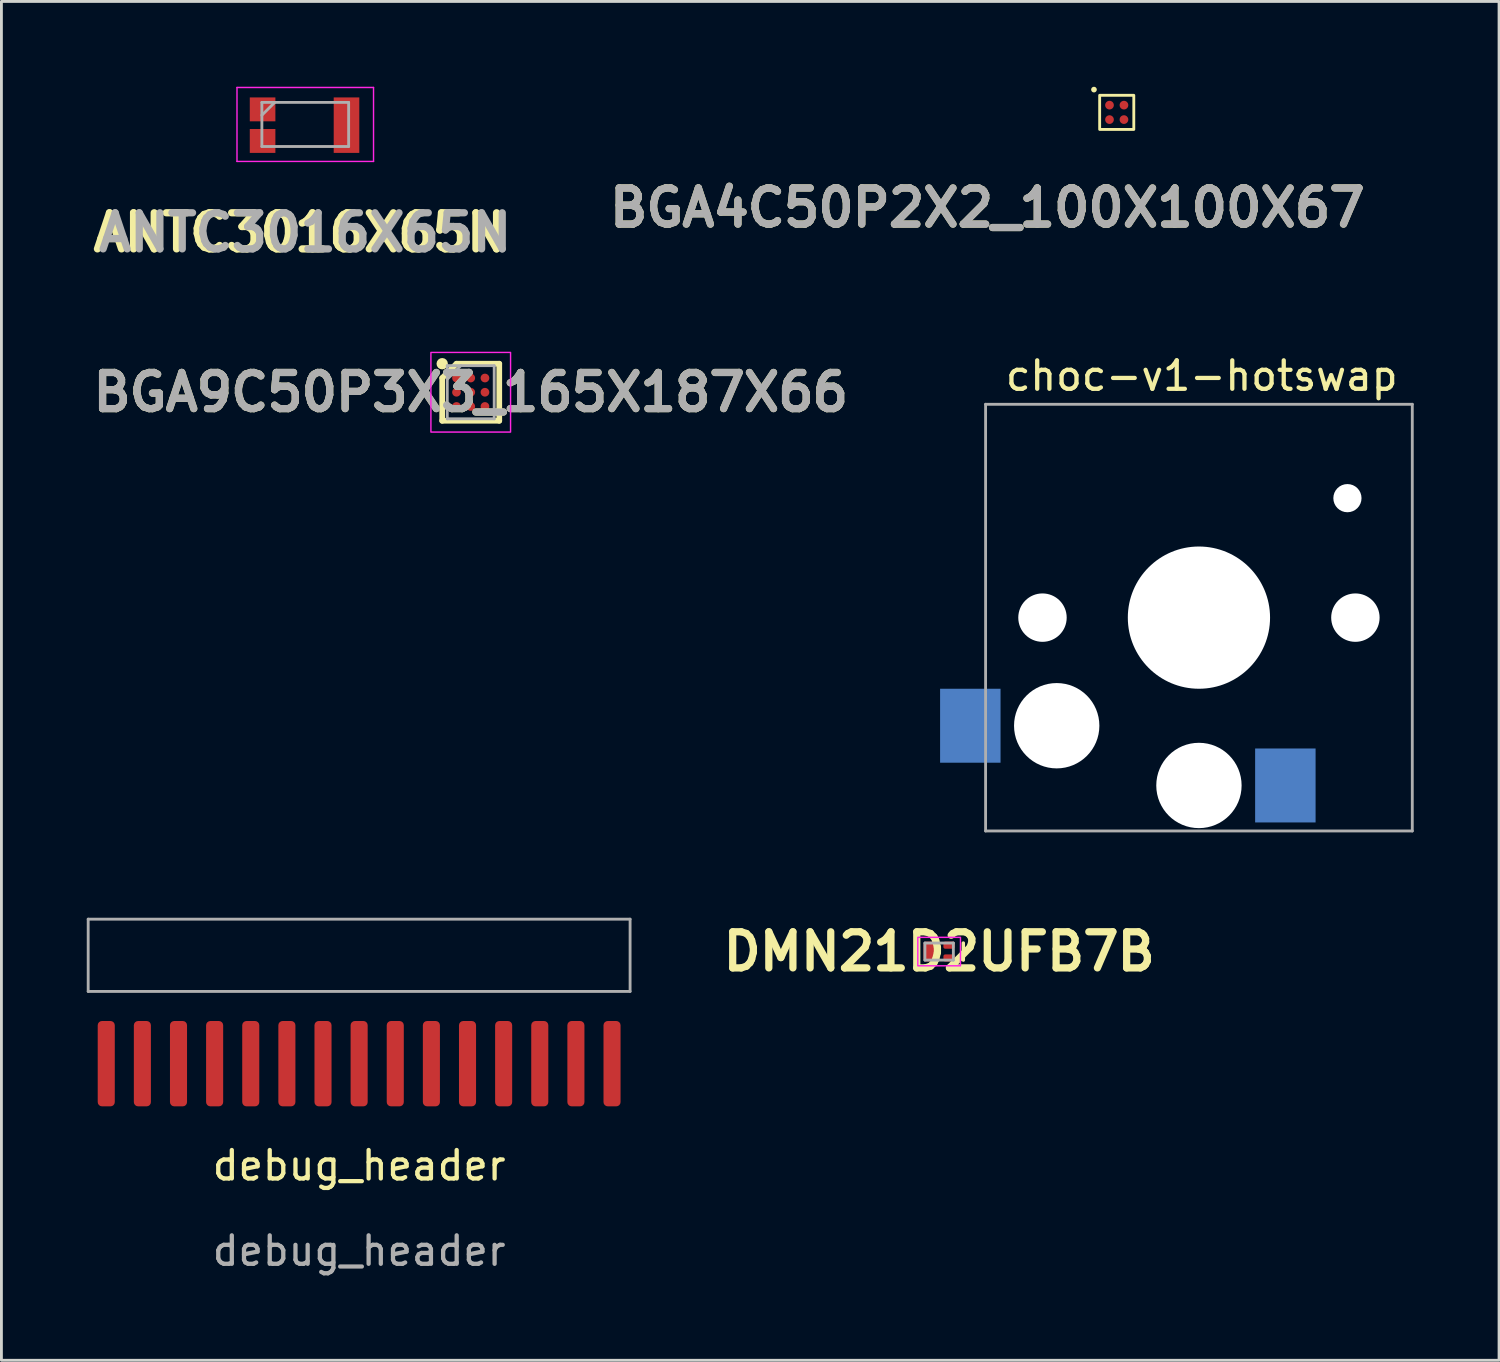
<source format=kicad_pcb>
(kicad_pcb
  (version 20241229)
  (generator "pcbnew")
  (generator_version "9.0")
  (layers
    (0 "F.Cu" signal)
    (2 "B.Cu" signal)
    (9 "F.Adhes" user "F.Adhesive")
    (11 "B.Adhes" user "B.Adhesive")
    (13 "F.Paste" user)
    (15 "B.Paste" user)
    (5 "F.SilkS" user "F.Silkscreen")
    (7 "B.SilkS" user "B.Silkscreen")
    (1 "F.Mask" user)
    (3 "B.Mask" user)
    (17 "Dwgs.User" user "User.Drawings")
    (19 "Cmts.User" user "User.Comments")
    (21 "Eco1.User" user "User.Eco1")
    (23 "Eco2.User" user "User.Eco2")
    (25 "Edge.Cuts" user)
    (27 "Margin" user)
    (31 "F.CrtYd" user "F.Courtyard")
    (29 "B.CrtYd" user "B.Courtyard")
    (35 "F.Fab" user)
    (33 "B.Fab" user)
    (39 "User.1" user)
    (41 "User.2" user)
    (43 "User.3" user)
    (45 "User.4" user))
  (footprint "DMN21D2UFB7B"
    (layer "F.Cu")
    (at 29.964 30.401)
    (property "Reference" "DMN21D2UFB7B" (at 0 0 0) (layer "F.SilkS") (effects (font (size 1.27 1.27) (thickness 0.254))))
    (attr smd)
    (fp_line (start 0.85 -0.3) (end 0.85 0.3) (stroke (width 0.12) (type default)) (layer "F.SilkS"))
    (fp_rect (start -0.75 -0.5) (end 0.75 0.5) (stroke (width 0.05) (type default)) (fill no) (layer "F.CrtYd"))
    (fp_line (start -0.5 -0.3) (end 0.5 -0.3) (stroke (width 0.1) (type solid)) (layer "F.Fab"))
    (fp_line (start -0.5 0.3) (end -0.5 -0.3) (stroke (width 0.1) (type solid)) (layer "F.Fab"))
    (fp_line (start 0.5 -0.3) (end 0.5 0.3) (stroke (width 0.1) (type solid)) (layer "F.Fab"))
    (fp_line (start 0.5 0.3) (end -0.5 0.3) (stroke (width 0.1) (type solid)) (layer "F.Fab"))
    (pad "1" smd roundrect (at 0.35 0.225 90) (size 0.25 0.4) (layers "F.Cu" "F.Mask" "F.Paste") (roundrect_rratio 0.25))
    (pad "2" smd roundrect (at 0.35 -0.225 90) (size 0.25 0.4) (layers "F.Cu" "F.Mask" "F.Paste") (roundrect_rratio 0.25))
    (pad "3" smd roundrect (at -0.35 0) (size 0.4 0.7) (layers "F.Cu" "F.Mask" "F.Paste") (roundrect_rratio 0.25)))
  (footprint "ANTC3016X65N"
    (layer "F.Cu")
    (at 7.681 1.325)
    (property "Reference" "ANTC3016X65N" (at -0.2 3.8 0) (layer "F.SilkS") (effects (font (size 1.27 1.27) (thickness 0.254))))
    (attr smd)
    (fp_line (start -2.4 -1.3) (end 2.4 -1.3) (stroke (width 0.05) (type solid)) (layer "F.CrtYd"))
    (fp_line (start -2.4 1.3) (end -2.4 -1.3) (stroke (width 0.05) (type solid)) (layer "F.CrtYd"))
    (fp_line (start 2.4 -1.3) (end 2.4 1.3) (stroke (width 0.05) (type solid)) (layer "F.CrtYd"))
    (fp_line (start 2.4 1.3) (end -2.4 1.3) (stroke (width 0.05) (type solid)) (layer "F.CrtYd"))
    (fp_line (start -1.525 -0.775) (end 1.525 -0.775) (stroke (width 0.1) (type solid)) (layer "F.Fab"))
    (fp_line (start -1.525 -0.325) (end -1.075 -0.775) (stroke (width 0.1) (type solid)) (layer "F.Fab"))
    (fp_line (start -1.525 0.775) (end -1.525 -0.775) (stroke (width 0.1) (type solid)) (layer "F.Fab"))
    (fp_line (start 1.525 -0.775) (end 1.525 0.775) (stroke (width 0.1) (type solid)) (layer "F.Fab"))
    (fp_line (start 1.525 0.775) (end -1.525 0.775) (stroke (width 0.1) (type solid)) (layer "F.Fab"))
    (fp_text user "${REFERENCE}" (at 0 3.8 0) (layer "F.Fab") (effects (font (size 1.27 1.27) (thickness 0.254))))
    (pad "1" smd rect (at -1.5 0.58) (size 0.9 0.84) (layers "F.Cu" "F.Mask" "F.Paste"))
    (pad "2" smd rect (at -1.5 -0.53) (size 0.9 0.84) (layers "F.Cu" "F.Mask" "F.Paste"))
    (pad "3" smd rect (at 1.45 0.025) (size 0.9 1.95) (layers "F.Cu" "F.Mask" "F.Paste")))
  (footprint "choc-v1-hotswap"
    (layer "F.Cu")
    (at 39.097 18.662)
    (property "Reference" "choc-v1-hotswap" (at 0.1 -8.5 0) (unlocked yes) (layer "F.SilkS") (effects (font (size 1 1) (thickness 0.15))))
    (attr through_hole)
    (fp_line (start -7 -7) (end -7 7) (stroke (width 0.12) (type solid)) (layer "Eco2.User"))
    (fp_line (start -7 7) (end 7 7) (stroke (width 0.12) (type solid)) (layer "Eco2.User"))
    (fp_line (start -3.2 -6.3) (end -3.2 -3.1) (stroke (width 0.12) (type solid)) (layer "Eco2.User"))
    (fp_line (start 1.8 -6.3) (end -3.2 -6.3) (stroke (width 0.12) (type solid)) (layer "Eco2.User"))
    (fp_line (start 1.8 -6.3) (end 1.8 -3.1) (stroke (width 0.12) (type solid)) (layer "Eco2.User"))
    (fp_line (start 1.8 -3.1) (end -3.2 -3.1) (stroke (width 0.12) (type solid)) (layer "Eco2.User"))
    (fp_line (start 7 -7) (end -7 -7) (stroke (width 0.12) (type solid)) (layer "Eco2.User"))
    (fp_line (start 7 7) (end 7 -7) (stroke (width 0.12) (type solid)) (layer "Eco2.User"))
    (fp_line (start -7.5 -7.5) (end -7.5 7.5) (stroke (width 0.1) (type solid)) (layer "F.Fab"))
    (fp_line (start -7.5 7.5) (end 7.5 7.5) (stroke (width 0.1) (type solid)) (layer "F.Fab"))
    (fp_line (start 7.5 -7.5) (end -7.5 -7.5) (stroke (width 0.1) (type solid)) (layer "F.Fab"))
    (fp_line (start 7.5 7.5) (end 7.5 -7.5) (stroke (width 0.1) (type solid)) (layer "F.Fab"))
    (pad "" np_thru_hole circle (at -5.5 0) (size 1.702 1.702) (drill 1.702) (layers "*.Cu" "*.Mask"))
    (pad "" np_thru_hole circle (at -5 3.8) (size 3 3) (drill 3) (layers "*.Cu" "*.Mask"))
    (pad "" np_thru_hole circle (at 0 0) (size 5 5) (drill 5) (layers "*.Cu" "*.Mask"))
    (pad "" np_thru_hole circle (at 0 5.9) (size 3 3) (drill 3) (layers "*.Cu" "*.Mask"))
    (pad "" np_thru_hole circle (at 5.22 -4.2) (size 0.991 0.991) (drill 0.991) (layers "*.Cu" "*.Mask"))
    (pad "" np_thru_hole circle (at 5.5 0) (size 1.702 1.702) (drill 1.702) (layers "*.Cu" "*.Mask"))
    (pad "1" smd rect (at -8.037 3.8) (size 2.125 2.6) (layers "B.Cu" "B.Mask" "B.Paste"))
    (pad "2" smd rect (at 3.038 5.9) (size 2.125 2.6) (layers "B.Cu" "B.Mask" "B.Paste")))
  (footprint "BGA9C50P3X3_165X187X66"
    (layer "F.Cu")
    (at 13.498 10.739)
    (property "Reference" "BGA9C50P3X3_165X187X66" (at 0 0 0) (layer "F.SilkS") (effects (font (size 1.27 1.27) (thickness 0.254))))
    (attr smd)
    (fp_line (start -1.003 -0.5) (end -0.5 -1.003) (stroke (width 0.2) (type solid)) (layer "F.SilkS"))
    (fp_line (start -1.003 1.003) (end -1.003 -0.5) (stroke (width 0.2) (type solid)) (layer "F.SilkS"))
    (fp_line (start -0.5 -1.003) (end 1.003 -1.003) (stroke (width 0.2) (type solid)) (layer "F.SilkS"))
    (fp_line (start 1.003 -1.003) (end 1.003 1.003) (stroke (width 0.2) (type solid)) (layer "F.SilkS"))
    (fp_line (start 1.003 1.003) (end -1.003 1.003) (stroke (width 0.2) (type solid)) (layer "F.SilkS"))
    (fp_circle (center -1.003 -1.003) (end -1.003 -0.903) (stroke (width 0.2) (type solid)) (fill no) (layer "F.SilkS"))
    (fp_rect (start -1.4 -1.4) (end 1.4 1.4) (stroke (width 0.05) (type default)) (fill no) (layer "F.CrtYd"))
    (fp_line (start -0.825 -0.935) (end 0.825 -0.935) (stroke (width 0.1) (type solid)) (layer "F.Fab"))
    (fp_line (start -0.825 -0.458) (end -0.347 -0.936) (stroke (width 0.1) (type solid)) (layer "F.Fab"))
    (fp_line (start -0.825 0.935) (end -0.825 -0.935) (stroke (width 0.1) (type solid)) (layer "F.Fab"))
    (fp_line (start 0.825 -0.935) (end 0.825 0.935) (stroke (width 0.1) (type solid)) (layer "F.Fab"))
    (fp_line (start 0.825 0.935) (end -0.825 0.935) (stroke (width 0.1) (type solid)) (layer "F.Fab"))
    (fp_text user "${REFERENCE}" (at 0 0 0) (layer "F.Fab") (effects (font (size 1.27 1.27) (thickness 0.254))))
    (pad "A1" smd circle (at -0.5 -0.5 90) (size 0.306 0.306) (layers "F.Cu" "F.Mask" "F.Paste"))
    (pad "A2" smd circle (at 0 -0.5 90) (size 0.306 0.306) (layers "F.Cu" "F.Mask" "F.Paste"))
    (pad "A3" smd circle (at 0.5 -0.5 90) (size 0.306 0.306) (layers "F.Cu" "F.Mask" "F.Paste"))
    (pad "B1" smd circle (at -0.5 0 90) (size 0.306 0.306) (layers "F.Cu" "F.Mask" "F.Paste"))
    (pad "B2" smd circle (at 0 0 90) (size 0.306 0.306) (layers "F.Cu" "F.Mask" "F.Paste"))
    (pad "B3" smd circle (at 0.5 0 90) (size 0.306 0.306) (layers "F.Cu" "F.Mask" "F.Paste"))
    (pad "C1" smd circle (at -0.5 0.5 90) (size 0.306 0.306) (layers "F.Cu" "F.Mask" "F.Paste"))
    (pad "C2" smd circle (at 0 0.5 90) (size 0.306 0.306) (layers "F.Cu" "F.Mask" "F.Paste"))
    (pad "C3" smd circle (at 0.5 0.5 90) (size 0.306 0.306) (layers "F.Cu" "F.Mask" "F.Paste")))
  (footprint "BGA4C50P2X2_100X100X67"
    (layer "F.Cu")
    (at 36.207 0.9)
    (property "Reference" "BGA4C50P2X2_100X100X67" (at -4.547 3.353 0) (layer "F.SilkS") (effects (font (size 1.27 1.27) (thickness 0.254))))
    (attr smd)
    (fp_rect (start -0.6 -0.6) (end 0.6 0.6) (stroke (width 0.1) (type default)) (fill no) (layer "F.SilkS"))
    (fp_circle (center -0.8 -0.8) (end -0.7 -0.8) (stroke (width 0) (type solid)) (fill yes) (layer "F.SilkS"))
    (fp_text user "${REFERENCE}" (at -4.547 3.353 0) (layer "F.Fab") (effects (font (size 1.27 1.27) (thickness 0.254))))
    (pad "A1" smd circle (at -0.254 -0.254 90) (size 0.305 0.305) (layers "F.Cu" "F.Mask" "F.Paste"))
    (pad "A2" smd circle (at 0.254 -0.254 90) (size 0.305 0.305) (layers "F.Cu" "F.Mask" "F.Paste"))
    (pad "B1" smd circle (at -0.254 0.254 90) (size 0.305 0.305) (layers "F.Cu" "F.Mask" "F.Paste"))
    (pad "B2" smd circle (at 0.254 0.254 90) (size 0.305 0.305) (layers "F.Cu" "F.Mask" "F.Paste")))
  (footprint "debug_header"
    (layer "F.Cu")
    (at 9.575 34.342)
    (property "Reference" "debug_header" (at 0 3.58 0) (unlocked yes) (layer "F.SilkS") (effects (font (size 1 1) (thickness 0.15))))
    (attr smd)
    (fp_line (start -9.525 -5.08) (end -9.525 -2.54) (stroke (width 0.1) (type default)) (layer "F.Fab"))
    (fp_line (start 9.525 -5.08) (end -9.525 -5.08) (stroke (width 0.1) (type default)) (layer "F.Fab"))
    (fp_line (start 9.525 -2.54) (end -9.525 -2.54) (stroke (width 0.1) (type default)) (layer "F.Fab"))
    (fp_line (start 9.525 -2.54) (end 9.525 -5.08) (stroke (width 0.1) (type default)) (layer "F.Fab"))
    (fp_text user "${REFERENCE}" (at 0 6.58 0) (unlocked yes) (layer "F.Fab") (effects (font (size 1 1) (thickness 0.15))))
    (pad "1" smd roundrect (at -8.89 0 90) (size 3 0.6) (layers "F.Cu" "F.Mask" "F.Paste") (roundrect_rratio 0.25))
    (pad "2" smd roundrect (at -7.62 0 90) (size 3 0.6) (layers "F.Cu" "F.Mask" "F.Paste") (roundrect_rratio 0.25))
    (pad "3" smd roundrect (at -6.35 0 90) (size 3 0.6) (layers "F.Cu" "F.Mask" "F.Paste") (roundrect_rratio 0.25))
    (pad "4" smd roundrect (at -5.08 0 90) (size 3 0.6) (layers "F.Cu" "F.Mask" "F.Paste") (roundrect_rratio 0.25))
    (pad "5" smd roundrect (at -3.81 0 90) (size 3 0.6) (layers "F.Cu" "F.Mask" "F.Paste") (roundrect_rratio 0.25))
    (pad "6" smd roundrect (at -2.54 0 90) (size 3 0.6) (layers "F.Cu" "F.Mask" "F.Paste") (roundrect_rratio 0.25))
    (pad "7" smd roundrect (at -1.27 0 90) (size 3 0.6) (layers "F.Cu" "F.Mask" "F.Paste") (roundrect_rratio 0.25))
    (pad "8" smd roundrect (at 0 0 90) (size 3 0.6) (layers "F.Cu" "F.Mask" "F.Paste") (roundrect_rratio 0.25))
    (pad "9" smd roundrect (at 1.27 0 90) (size 3 0.6) (layers "F.Cu" "F.Mask" "F.Paste") (roundrect_rratio 0.25))
    (pad "10" smd roundrect (at 2.54 0 90) (size 3 0.6) (layers "F.Cu" "F.Mask" "F.Paste") (roundrect_rratio 0.25))
    (pad "11" smd roundrect (at 3.81 0 90) (size 3 0.6) (layers "F.Cu" "F.Mask" "F.Paste") (roundrect_rratio 0.25))
    (pad "12" smd roundrect (at 5.08 0 90) (size 3 0.6) (layers "F.Cu" "F.Mask" "F.Paste") (roundrect_rratio 0.25))
    (pad "13" smd roundrect (at 6.35 0 90) (size 3 0.6) (layers "F.Cu" "F.Mask" "F.Paste") (roundrect_rratio 0.25))
    (pad "14" smd roundrect (at 7.62 0 90) (size 3 0.6) (layers "F.Cu" "F.Mask" "F.Paste") (roundrect_rratio 0.25))
    (pad "15" smd roundrect (at 8.89 0 90) (size 3 0.6) (layers "F.Cu" "F.Mask" "F.Paste") (roundrect_rratio 0.25)))
  (gr_rect
    (start -3 -3)
    (end 49.647 44.77)
    (stroke (width 0.1) (type default))
    (fill no)
    (layer "Edge.Cuts")))
</source>
